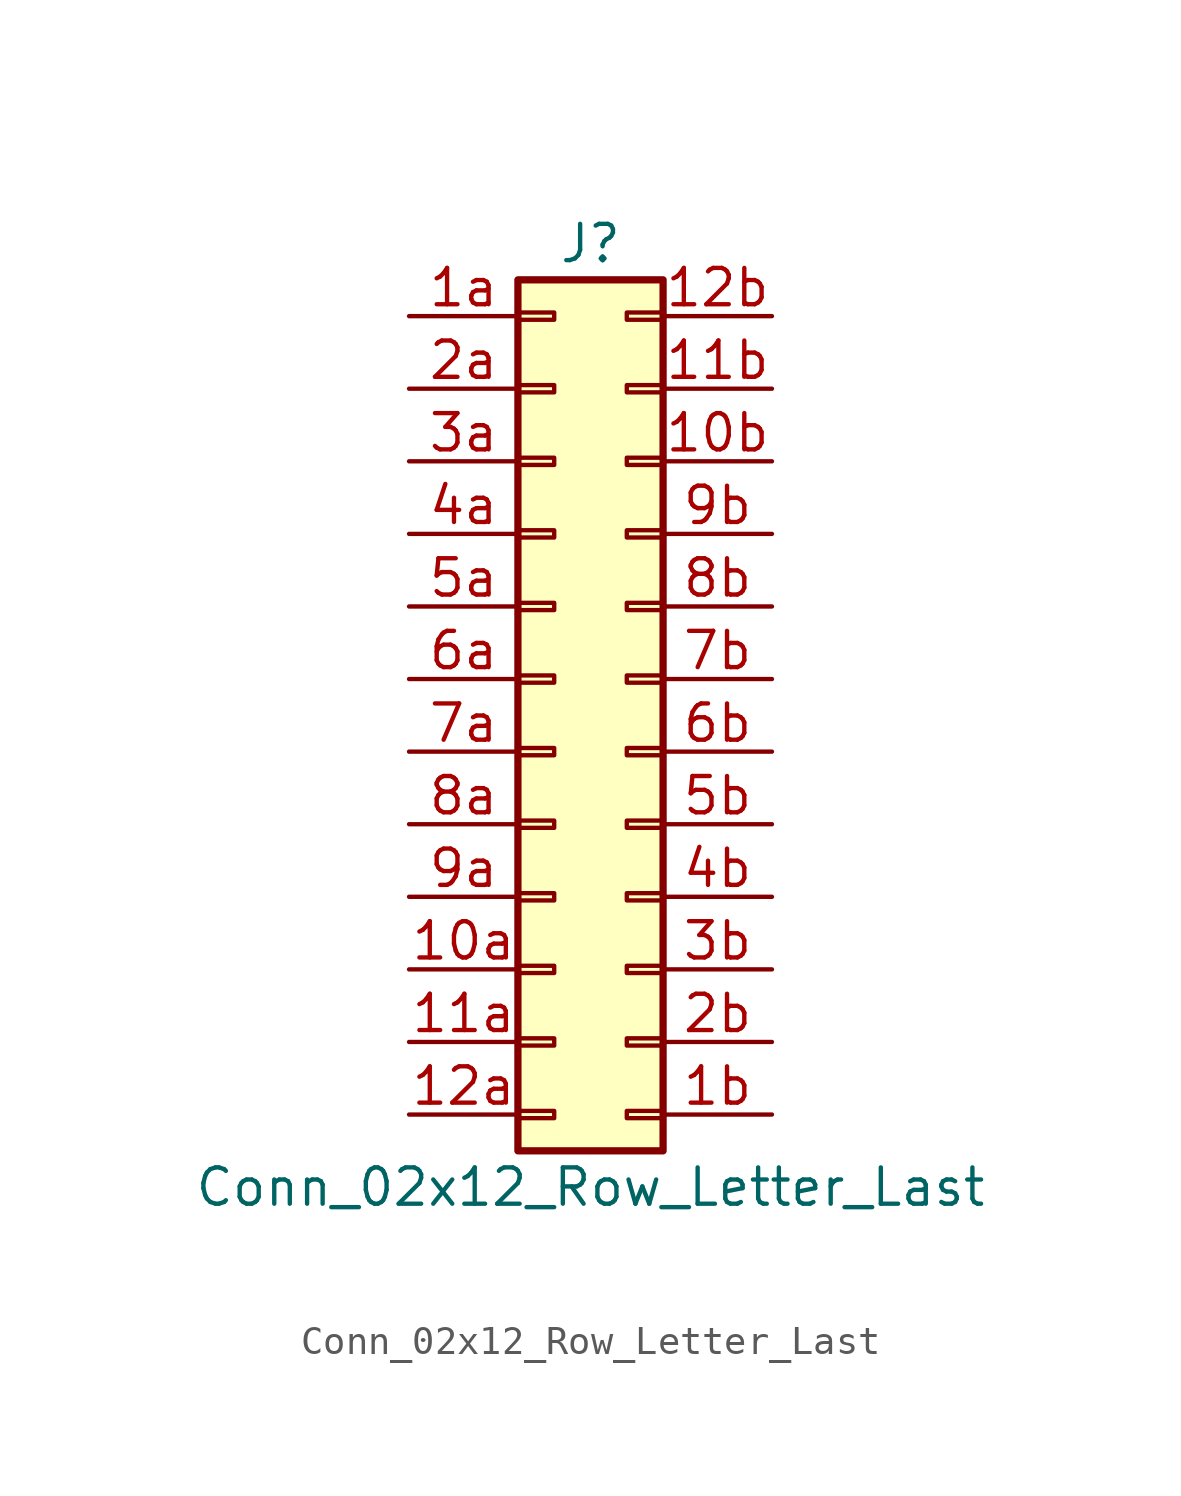
<source format=kicad_sym>
(kicad_symbol_lib
  (version 20220914)
  (generator kicad_symbol_editor)
  (symbol "Conn_02x12_Row_Letter_Last"
    (pin_names
      (offset 1.016) hide)
    (property "Reference" "J"
      (at 1.27 15.24 0)
      (effects (font (size 1.27 1.27))))
    (property "Value" "Conn_02x12_Row_Letter_Last"
      (at 1.27 -17.78 0)
      (effects (font (size 1.27 1.27))))
    (symbol "Conn_02x12_Row_Letter_Last_1_1"
      (rectangle (start -1.27 -15.113) (end 0 -15.367) (stroke (width 0.152) (type default)) (fill (type none)))
      (rectangle (start -1.27 -12.573) (end 0 -12.827) (stroke (width 0.152) (type default)) (fill (type none)))
      (rectangle (start -1.27 -10.033) (end 0 -10.287) (stroke (width 0.152) (type default)) (fill (type none)))
      (rectangle (start -1.27 -7.493) (end 0 -7.747) (stroke (width 0.152) (type default)) (fill (type none)))
      (rectangle (start -1.27 -4.953) (end 0 -5.207) (stroke (width 0.152) (type default)) (fill (type none)))
      (rectangle (start -1.27 -2.413) (end 0 -2.667) (stroke (width 0.152) (type default)) (fill (type none)))
      (rectangle (start -1.27 0.127) (end 0 -0.127) (stroke (width 0.152) (type default)) (fill (type none)))
      (rectangle (start -1.27 2.667) (end 0 2.413) (stroke (width 0.152) (type default)) (fill (type none)))
      (rectangle (start -1.27 5.207) (end 0 4.953) (stroke (width 0.152) (type default)) (fill (type none)))
      (rectangle (start -1.27 7.747) (end 0 7.493) (stroke (width 0.152) (type default)) (fill (type none)))
      (rectangle (start -1.27 10.287) (end 0 10.033) (stroke (width 0.152) (type default)) (fill (type none)))
      (rectangle (start -1.27 12.827) (end 0 12.573) (stroke (width 0.152) (type default)) (fill (type none)))
      (rectangle (start -1.27 13.97) (end 3.81 -16.51) (stroke (width 0.254) (type default)) (fill (type background)))
      (rectangle (start 3.81 -15.113) (end 2.54 -15.367) (stroke (width 0.152) (type default)) (fill (type none)))
      (rectangle (start 3.81 -12.573) (end 2.54 -12.827) (stroke (width 0.152) (type default)) (fill (type none)))
      (rectangle (start 3.81 -10.033) (end 2.54 -10.287) (stroke (width 0.152) (type default)) (fill (type none)))
      (rectangle (start 3.81 -7.493) (end 2.54 -7.747) (stroke (width 0.152) (type default)) (fill (type none)))
      (rectangle (start 3.81 -4.953) (end 2.54 -5.207) (stroke (width 0.152) (type default)) (fill (type none)))
      (rectangle (start 3.81 -2.413) (end 2.54 -2.667) (stroke (width 0.152) (type default)) (fill (type none)))
      (rectangle (start 3.81 0.127) (end 2.54 -0.127) (stroke (width 0.152) (type default)) (fill (type none)))
      (rectangle (start 3.81 2.667) (end 2.54 2.413) (stroke (width 0.152) (type default)) (fill (type none)))
      (rectangle (start 3.81 5.207) (end 2.54 4.953) (stroke (width 0.152) (type default)) (fill (type none)))
      (rectangle (start 3.81 7.747) (end 2.54 7.493) (stroke (width 0.152) (type default)) (fill (type none)))
      (rectangle (start 3.81 10.287) (end 2.54 10.033) (stroke (width 0.152) (type default)) (fill (type none)))
      (rectangle (start 3.81 12.827) (end 2.54 12.573) (stroke (width 0.152) (type default)) (fill (type none)))
      (pin passive line (at -5.08 -10.16 0) (length 3.81) (name "Pin_10a" (effects (font (size 1.27 1.27)))) (number "10a" (effects (font (size 1.27 1.27)))))
      (pin passive line (at 7.62 7.62 180) (length 3.81) (name "Pin_3b" (effects (font (size 1.27 1.27)))) (number "10b" (effects (font (size 1.27 1.27)))))
      (pin passive line (at -5.08 -12.7 0) (length 3.81) (name "Pin_11a" (effects (font (size 1.27 1.27)))) (number "11a" (effects (font (size 1.27 1.27)))))
      (pin passive line (at 7.62 10.16 180) (length 3.81) (name "Pin_2b" (effects (font (size 1.27 1.27)))) (number "11b" (effects (font (size 1.27 1.27)))))
      (pin passive line (at -5.08 -15.24 0) (length 3.81) (name "Pin_12a" (effects (font (size 1.27 1.27)))) (number "12a" (effects (font (size 1.27 1.27)))))
      (pin passive line (at 7.62 12.7 180) (length 3.81) (name "Pin_1b" (effects (font (size 1.27 1.27)))) (number "12b" (effects (font (size 1.27 1.27)))))
      (pin passive line (at -5.08 12.7 0) (length 3.81) (name "Pin_1a" (effects (font (size 1.27 1.27)))) (number "1a" (effects (font (size 1.27 1.27)))))
      (pin passive line (at 7.62 -15.24 180) (length 3.81) (name "Pin_12b" (effects (font (size 1.27 1.27)))) (number "1b" (effects (font (size 1.27 1.27)))))
      (pin passive line (at -5.08 10.16 0) (length 3.81) (name "Pin_2a" (effects (font (size 1.27 1.27)))) (number "2a" (effects (font (size 1.27 1.27)))))
      (pin passive line (at 7.62 -12.7 180) (length 3.81) (name "Pin_11b" (effects (font (size 1.27 1.27)))) (number "2b" (effects (font (size 1.27 1.27)))))
      (pin passive line (at -5.08 7.62 0) (length 3.81) (name "Pin_3a" (effects (font (size 1.27 1.27)))) (number "3a" (effects (font (size 1.27 1.27)))))
      (pin passive line (at 7.62 -10.16 180) (length 3.81) (name "Pin_10b" (effects (font (size 1.27 1.27)))) (number "3b" (effects (font (size 1.27 1.27)))))
      (pin passive line (at -5.08 5.08 0) (length 3.81) (name "Pin_4a" (effects (font (size 1.27 1.27)))) (number "4a" (effects (font (size 1.27 1.27)))))
      (pin passive line (at 7.62 -7.62 180) (length 3.81) (name "Pin_9b" (effects (font (size 1.27 1.27)))) (number "4b" (effects (font (size 1.27 1.27)))))
      (pin passive line (at -5.08 2.54 0) (length 3.81) (name "Pin_5a" (effects (font (size 1.27 1.27)))) (number "5a" (effects (font (size 1.27 1.27)))))
      (pin passive line (at 7.62 -5.08 180) (length 3.81) (name "Pin_8b" (effects (font (size 1.27 1.27)))) (number "5b" (effects (font (size 1.27 1.27)))))
      (pin passive line (at -5.08 0 0) (length 3.81) (name "Pin_6a" (effects (font (size 1.27 1.27)))) (number "6a" (effects (font (size 1.27 1.27)))))
      (pin passive line (at 7.62 -2.54 180) (length 3.81) (name "Pin_7b" (effects (font (size 1.27 1.27)))) (number "6b" (effects (font (size 1.27 1.27)))))
      (pin passive line (at -5.08 -2.54 0) (length 3.81) (name "Pin_7a" (effects (font (size 1.27 1.27)))) (number "7a" (effects (font (size 1.27 1.27)))))
      (pin passive line (at 7.62 0 180) (length 3.81) (name "Pin_6b" (effects (font (size 1.27 1.27)))) (number "7b" (effects (font (size 1.27 1.27)))))
      (pin passive line (at -5.08 -5.08 0) (length 3.81) (name "Pin_8a" (effects (font (size 1.27 1.27)))) (number "8a" (effects (font (size 1.27 1.27)))))
      (pin passive line (at 7.62 2.54 180) (length 3.81) (name "Pin_5b" (effects (font (size 1.27 1.27)))) (number "8b" (effects (font (size 1.27 1.27)))))
      (pin passive line (at -5.08 -7.62 0) (length 3.81) (name "Pin_9a" (effects (font (size 1.27 1.27)))) (number "9a" (effects (font (size 1.27 1.27)))))
      (pin passive line (at 7.62 5.08 180) (length 3.81) (name "Pin_4b" (effects (font (size 1.27 1.27)))) (number "9b" (effects (font (size 1.27 1.27))))))))
</source>
